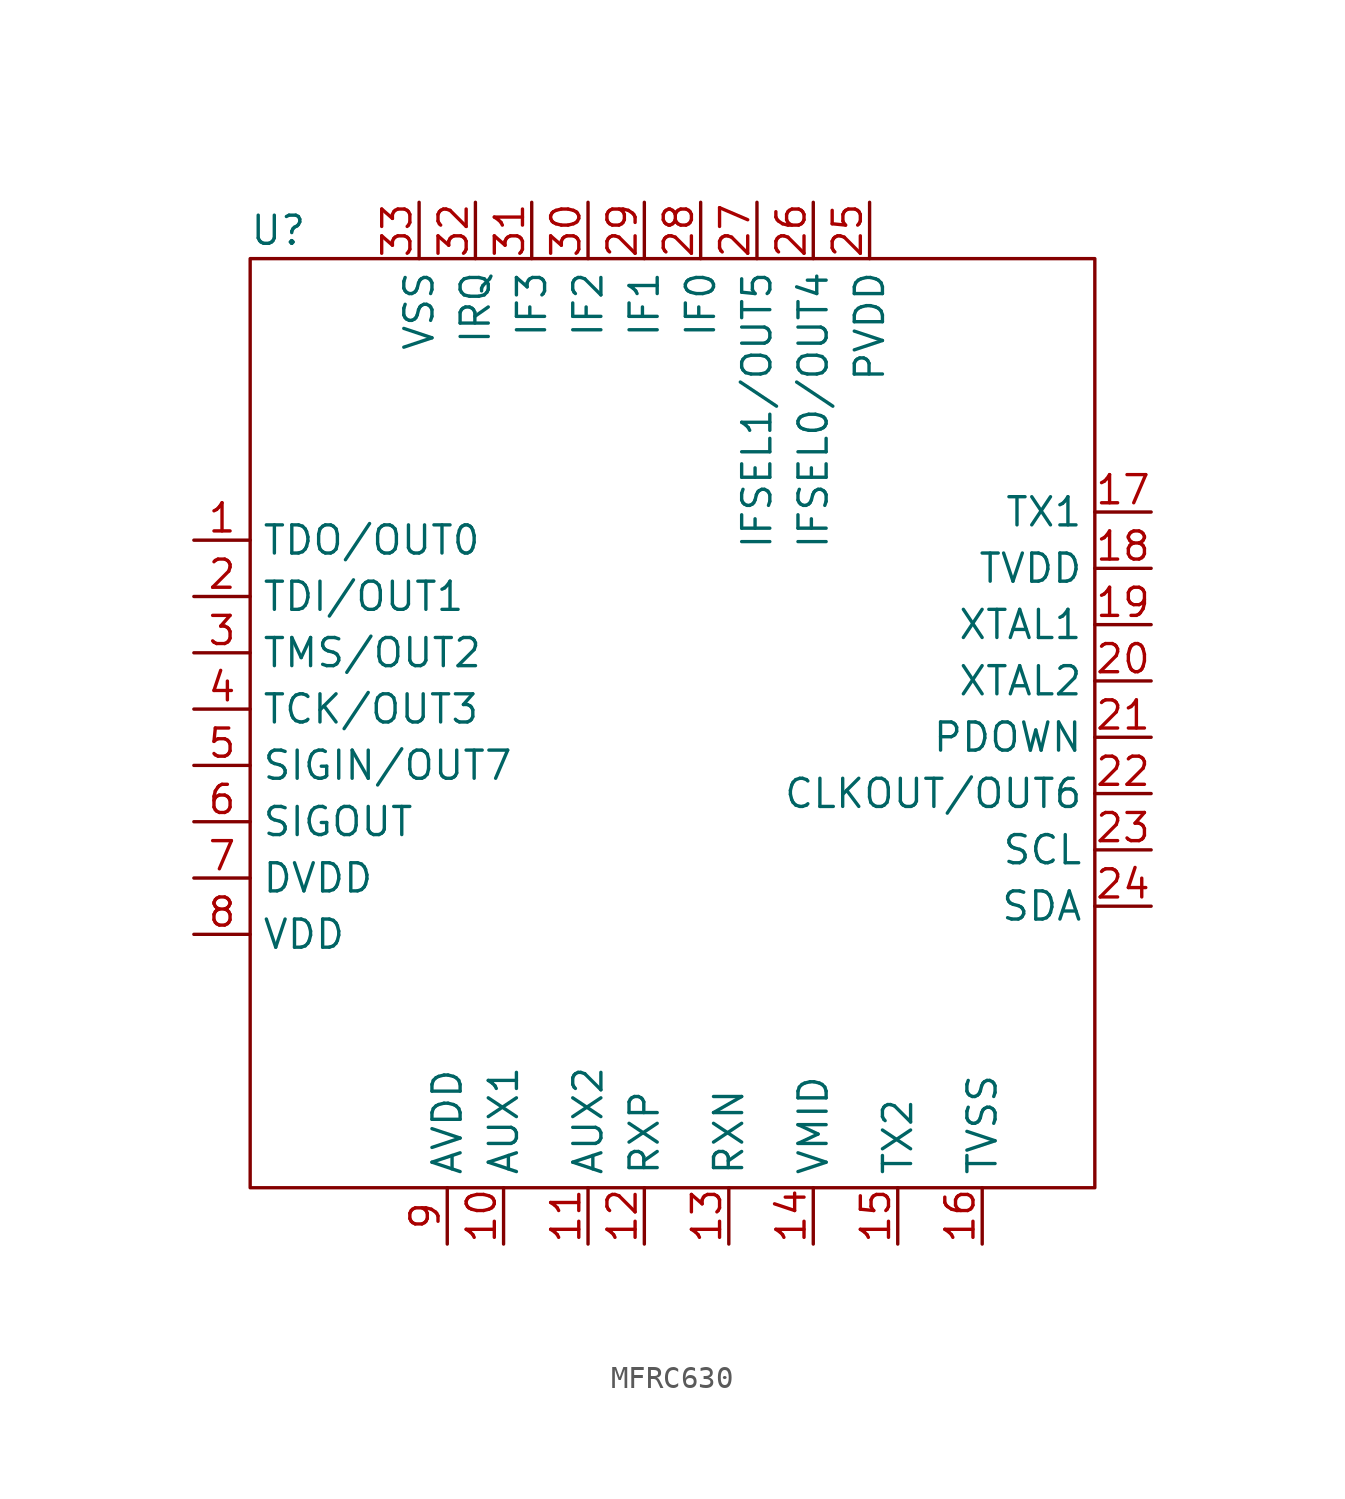
<source format=kicad_sym>
(kicad_symbol_lib
  (version 20220914)
  (generator kicad_symbol_editor)
  (symbol "MFRC630"
    (property "Reference" "U"
      (at 16.51 44.45 0)
      (effects (font (size 1.27 1.27))))
    (property "Value" ""
      (at 12.7 38.1 0)
      (effects (font (size 1.27 1.27))))
    (symbol "MFRC630_0_1"
      (rectangle (start 15.24 43.18) (end 53.34 1.27) (stroke (width 0) (type default)) (fill (type none))))
    (symbol "MFRC630_1_0"
      (pin output line (at 26.67 -1.27 90) (length 2.54) (name "AUX1" (effects (font (size 1.27 1.27)))) (number "10" (effects (font (size 1.27 1.27)))))
      (pin output line (at 30.48 -1.27 90) (length 2.54) (name "AUX2" (effects (font (size 1.27 1.27)))) (number "11" (effects (font (size 1.27 1.27)))))
      (pin input line (at 33.02 -1.27 90) (length 2.54) (name "RXP" (effects (font (size 1.27 1.27)))) (number "12" (effects (font (size 1.27 1.27)))))
      (pin input line (at 36.83 -1.27 90) (length 2.54) (name "RXN" (effects (font (size 1.27 1.27)))) (number "13" (effects (font (size 1.27 1.27)))))
      (pin power_in line (at 40.64 -1.27 90) (length 2.54) (name "VMID" (effects (font (size 1.27 1.27)))) (number "14" (effects (font (size 1.27 1.27)))))
      (pin output line (at 44.45 -1.27 90) (length 2.54) (name "TX2" (effects (font (size 1.27 1.27)))) (number "15" (effects (font (size 1.27 1.27)))))
      (pin power_out line (at 48.26 -1.27 90) (length 2.54) (name "TVSS" (effects (font (size 1.27 1.27)))) (number "16" (effects (font (size 1.27 1.27)))))
      (pin output line (at 55.88 31.75 180) (length 2.54) (name "TX1" (effects (font (size 1.27 1.27)))) (number "17" (effects (font (size 1.27 1.27)))))
      (pin power_out line (at 55.88 29.21 180) (length 2.54) (name "TVDD" (effects (font (size 1.27 1.27)))) (number "18" (effects (font (size 1.27 1.27)))))
      (pin input line (at 55.88 26.67 180) (length 2.54) (name "XTAL1" (effects (font (size 1.27 1.27)))) (number "19" (effects (font (size 1.27 1.27)))))
      (pin output line (at 55.88 24.13 180) (length 2.54) (name "XTAL2" (effects (font (size 1.27 1.27)))) (number "20" (effects (font (size 1.27 1.27)))))
      (pin input line (at 55.88 21.59 180) (length 2.54) (name "PDOWN" (effects (font (size 1.27 1.27)))) (number "21" (effects (font (size 1.27 1.27)))))
      (pin output line (at 55.88 19.05 180) (length 2.54) (name "CLKOUT/OUT6" (effects (font (size 1.27 1.27)))) (number "22" (effects (font (size 1.27 1.27)))))
      (pin output line (at 55.88 16.51 180) (length 2.54) (name "SCL" (effects (font (size 1.27 1.27)))) (number "23" (effects (font (size 1.27 1.27)))))
      (pin bidirectional line (at 55.88 13.97 180) (length 2.54) (name "SDA" (effects (font (size 1.27 1.27)))) (number "24" (effects (font (size 1.27 1.27)))))
      (pin power_out line (at 43.18 45.72 270) (length 2.54) (name "PVDD" (effects (font (size 1.27 1.27)))) (number "25" (effects (font (size 1.27 1.27)))))
      (pin input line (at 40.64 45.72 270) (length 2.54) (name "IFSEL0/OUT4" (effects (font (size 1.27 1.27)))) (number "26" (effects (font (size 1.27 1.27)))))
      (pin input line (at 38.1 45.72 270) (length 2.54) (name "IFSEL1/OUT5" (effects (font (size 1.27 1.27)))) (number "27" (effects (font (size 1.27 1.27)))))
      (pin bidirectional line (at 35.56 45.72 270) (length 2.54) (name "IF0" (effects (font (size 1.27 1.27)))) (number "28" (effects (font (size 1.27 1.27)))))
      (pin bidirectional line (at 33.02 45.72 270) (length 2.54) (name "IF1" (effects (font (size 1.27 1.27)))) (number "29" (effects (font (size 1.27 1.27)))))
      (pin input line (at 12.7 25.4 0) (length 2.54) (name "TMS/OUT2" (effects (font (size 1.27 1.27)))) (number "3" (effects (font (size 1.27 1.27)))))
      (pin bidirectional line (at 30.48 45.72 270) (length 2.54) (name "IF2" (effects (font (size 1.27 1.27)))) (number "30" (effects (font (size 1.27 1.27)))))
      (pin bidirectional line (at 27.94 45.72 270) (length 2.54) (name "IF3" (effects (font (size 1.27 1.27)))) (number "31" (effects (font (size 1.27 1.27)))))
      (pin output line (at 25.4 45.72 270) (length 2.54) (name "IRQ" (effects (font (size 1.27 1.27)))) (number "32" (effects (font (size 1.27 1.27)))))
      (pin power_out line (at 22.86 45.72 270) (length 2.54) (name "VSS" (effects (font (size 1.27 1.27)))) (number "33" (effects (font (size 1.27 1.27)))))
      (pin input line (at 12.7 22.86 0) (length 2.54) (name "TCK/OUT3" (effects (font (size 1.27 1.27)))) (number "4" (effects (font (size 1.27 1.27)))))
      (pin bidirectional line (at 12.7 20.32 0) (length 2.54) (name "SIGIN/OUT7" (effects (font (size 1.27 1.27)))) (number "5" (effects (font (size 1.27 1.27)))))
      (pin output line (at 12.7 17.78 0) (length 2.54) (name "SIGOUT" (effects (font (size 1.27 1.27)))) (number "6" (effects (font (size 1.27 1.27)))))
      (pin power_in line (at 12.7 15.24 0) (length 2.54) (name "DVDD" (effects (font (size 1.27 1.27)))) (number "7" (effects (font (size 1.27 1.27)))))
      (pin power_in line (at 12.7 12.7 0) (length 2.54) (name "VDD" (effects (font (size 1.27 1.27)))) (number "8" (effects (font (size 1.27 1.27)))))
      (pin power_in line (at 24.13 -1.27 90) (length 2.54) (name "AVDD" (effects (font (size 1.27 1.27)))) (number "9" (effects (font (size 1.27 1.27))))))
    (symbol "MFRC630_1_1"
      (pin output line (at 12.7 30.48 0) (length 2.54) (name "TDO/OUT0" (effects (font (size 1.27 1.27)))) (number "1" (effects (font (size 1.27 1.27)))))
      (pin input line (at 12.7 27.94 0) (length 2.54) (name "TDI/OUT1" (effects (font (size 1.27 1.27)))) (number "2" (effects (font (size 1.27 1.27))))))))
</source>
